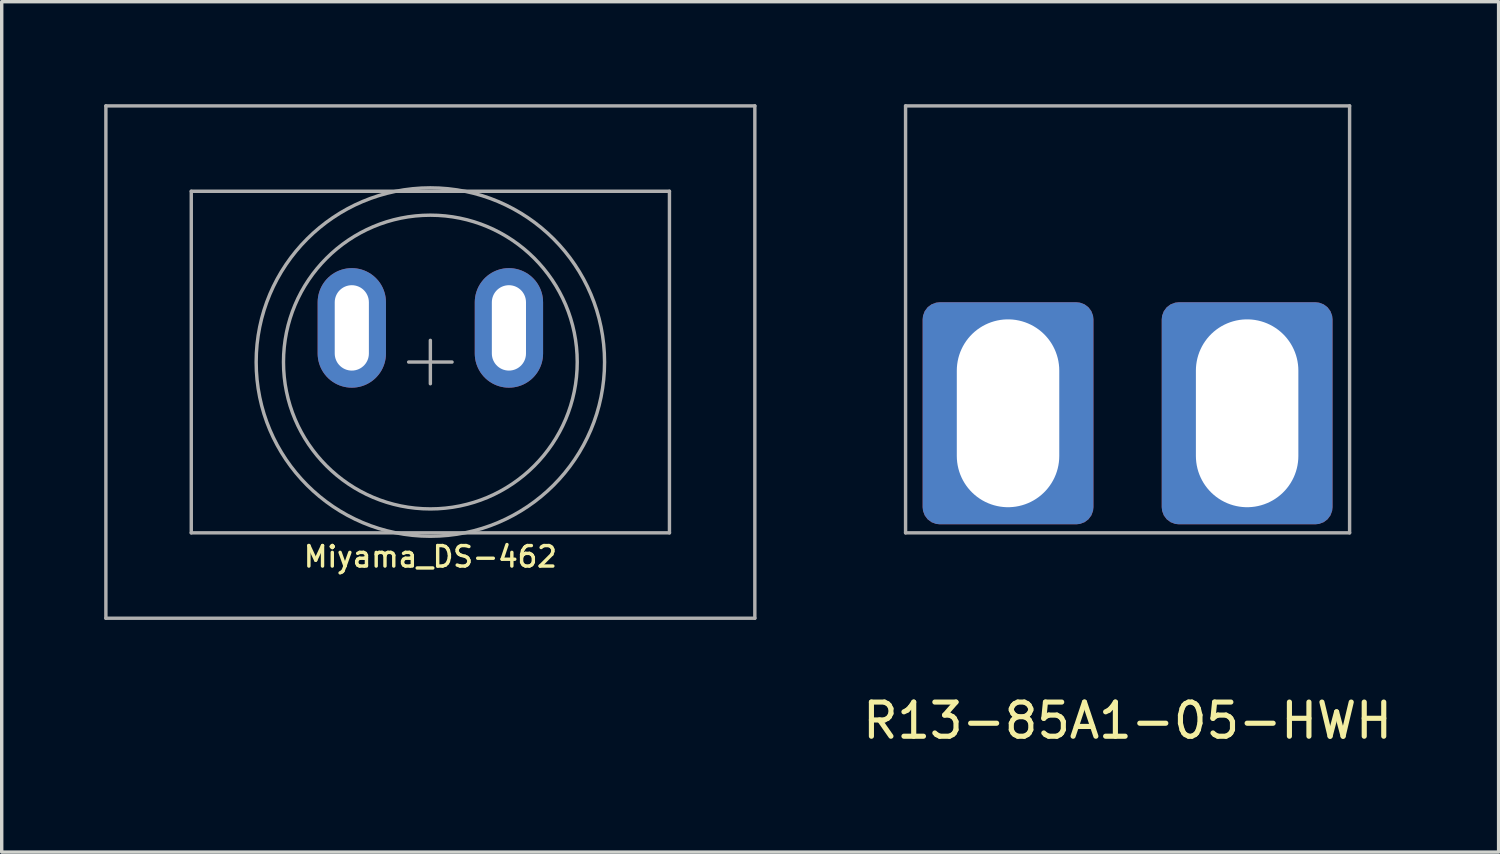
<source format=kicad_pcb>
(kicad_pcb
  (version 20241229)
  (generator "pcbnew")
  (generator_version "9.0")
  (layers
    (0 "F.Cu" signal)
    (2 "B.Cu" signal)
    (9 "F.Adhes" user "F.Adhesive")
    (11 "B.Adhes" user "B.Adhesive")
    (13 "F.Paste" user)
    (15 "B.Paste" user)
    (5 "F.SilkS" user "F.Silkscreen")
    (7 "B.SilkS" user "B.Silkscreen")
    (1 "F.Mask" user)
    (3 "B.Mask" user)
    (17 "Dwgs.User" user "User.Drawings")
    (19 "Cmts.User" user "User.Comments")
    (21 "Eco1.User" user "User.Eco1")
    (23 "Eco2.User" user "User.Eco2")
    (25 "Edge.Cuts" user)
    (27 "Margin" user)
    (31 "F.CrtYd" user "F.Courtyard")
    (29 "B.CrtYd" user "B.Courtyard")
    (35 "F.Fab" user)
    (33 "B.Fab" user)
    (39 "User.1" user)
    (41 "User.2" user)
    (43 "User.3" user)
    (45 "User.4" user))
  (footprint "Miyama_DS-462"
    (layer "F.Cu")
    (at 9.55 7.55)
    (property "Reference" "Miyama_DS-462" (at 0 5.7 0) (layer "F.SilkS") (effects (font (size 0.6 0.6) (thickness 0.1))))
    (attr through_hole)
    (fp_line (start -9.5 -7.5) (end -9.5 7.5) (stroke (width 0.1) (type solid)) (layer "F.Fab"))
    (fp_line (start -9.5 7.5) (end 9.5 7.5) (stroke (width 0.1) (type solid)) (layer "F.Fab"))
    (fp_line (start -7 -5) (end -7 5) (stroke (width 0.1) (type solid)) (layer "F.Fab"))
    (fp_line (start -7 5) (end 7 5) (stroke (width 0.1) (type solid)) (layer "F.Fab"))
    (fp_line (start -0.635 0) (end 0.635 0) (stroke (width 0.1) (type solid)) (layer "F.Fab"))
    (fp_line (start 0 -0.635) (end 0 0.635) (stroke (width 0.1) (type solid)) (layer "F.Fab"))
    (fp_line (start 7 -5) (end -7 -5) (stroke (width 0.1) (type solid)) (layer "F.Fab"))
    (fp_line (start 7 5) (end 7 -5) (stroke (width 0.1) (type solid)) (layer "F.Fab"))
    (fp_line (start 9.5 -7.5) (end -9.5 -7.5) (stroke (width 0.1) (type solid)) (layer "F.Fab"))
    (fp_line (start 9.5 7.5) (end 9.5 -7.5) (stroke (width 0.1) (type solid)) (layer "F.Fab"))
    (fp_circle (center 0 0) (end 4.3 0) (stroke (width 0.1) (type solid)) (fill no) (layer "F.Fab"))
    (fp_circle (center 0 0) (end 5.1 0) (stroke (width 0.1) (type solid)) (fill no) (layer "F.Fab"))
    (pad "1" thru_hole oval (at -2.3 -1) (size 2 3.5) (drill oval 1 2.5) (layers "*.Cu" "*.Mask"))
    (pad "2" thru_hole oval (at 2.3 -1) (size 2 3.5) (drill oval 1 2.5) (layers "*.Cu" "*.Mask")))
  (footprint "R13-85A1-05-HWH"
    (layer "F.Cu")
    (at 29.963 12.55)
    (property "Reference" "R13-85A1-05-HWH" (at 0 5.5 0) (layer "F.SilkS") (effects (font (size 1 1) (thickness 0.15))))
    (attr through_hole)
    (fp_poly (pts (xy -3.2 -1) (xy -3.2 -6) (xy -4 -6) (xy -4 -1)) (stroke (width 0.15) (type solid)) (fill no) (layer "B.Fab"))
    (fp_poly (pts (xy 4 -1) (xy 4 -6) (xy 3.2 -6) (xy 3.2 -1)) (stroke (width 0.15) (type solid)) (fill no) (layer "B.Fab"))
    (fp_line (start -6.5 -12.5) (end 6.5 -12.5) (stroke (width 0.1) (type solid)) (layer "F.Fab"))
    (fp_line (start -6.5 0) (end -6.5 -12.5) (stroke (width 0.1) (type solid)) (layer "F.Fab"))
    (fp_line (start -6.5 0) (end 6.5 0) (stroke (width 0.1) (type solid)) (layer "F.Fab"))
    (fp_line (start 6.5 -12.5) (end 6.5 0) (stroke (width 0.1) (type solid)) (layer "F.Fab"))
    (pad "1" thru_hole roundrect (at -3.5 -3.5) (size 5 6.5) (drill oval 3 5.5) (layers "*.Cu" "*.Mask") (roundrect_rratio 0.1))
    (pad "2" thru_hole roundrect (at 3.5 -3.5) (size 5 6.5) (drill oval 3 5.5) (layers "*.Cu" "*.Mask") (roundrect_rratio 0.1)))
  (gr_rect
    (start -3 -3)
    (end 40.826 21.898)
    (stroke (width 0.1) (type default))
    (fill no)
    (layer "Edge.Cuts")))
</source>
